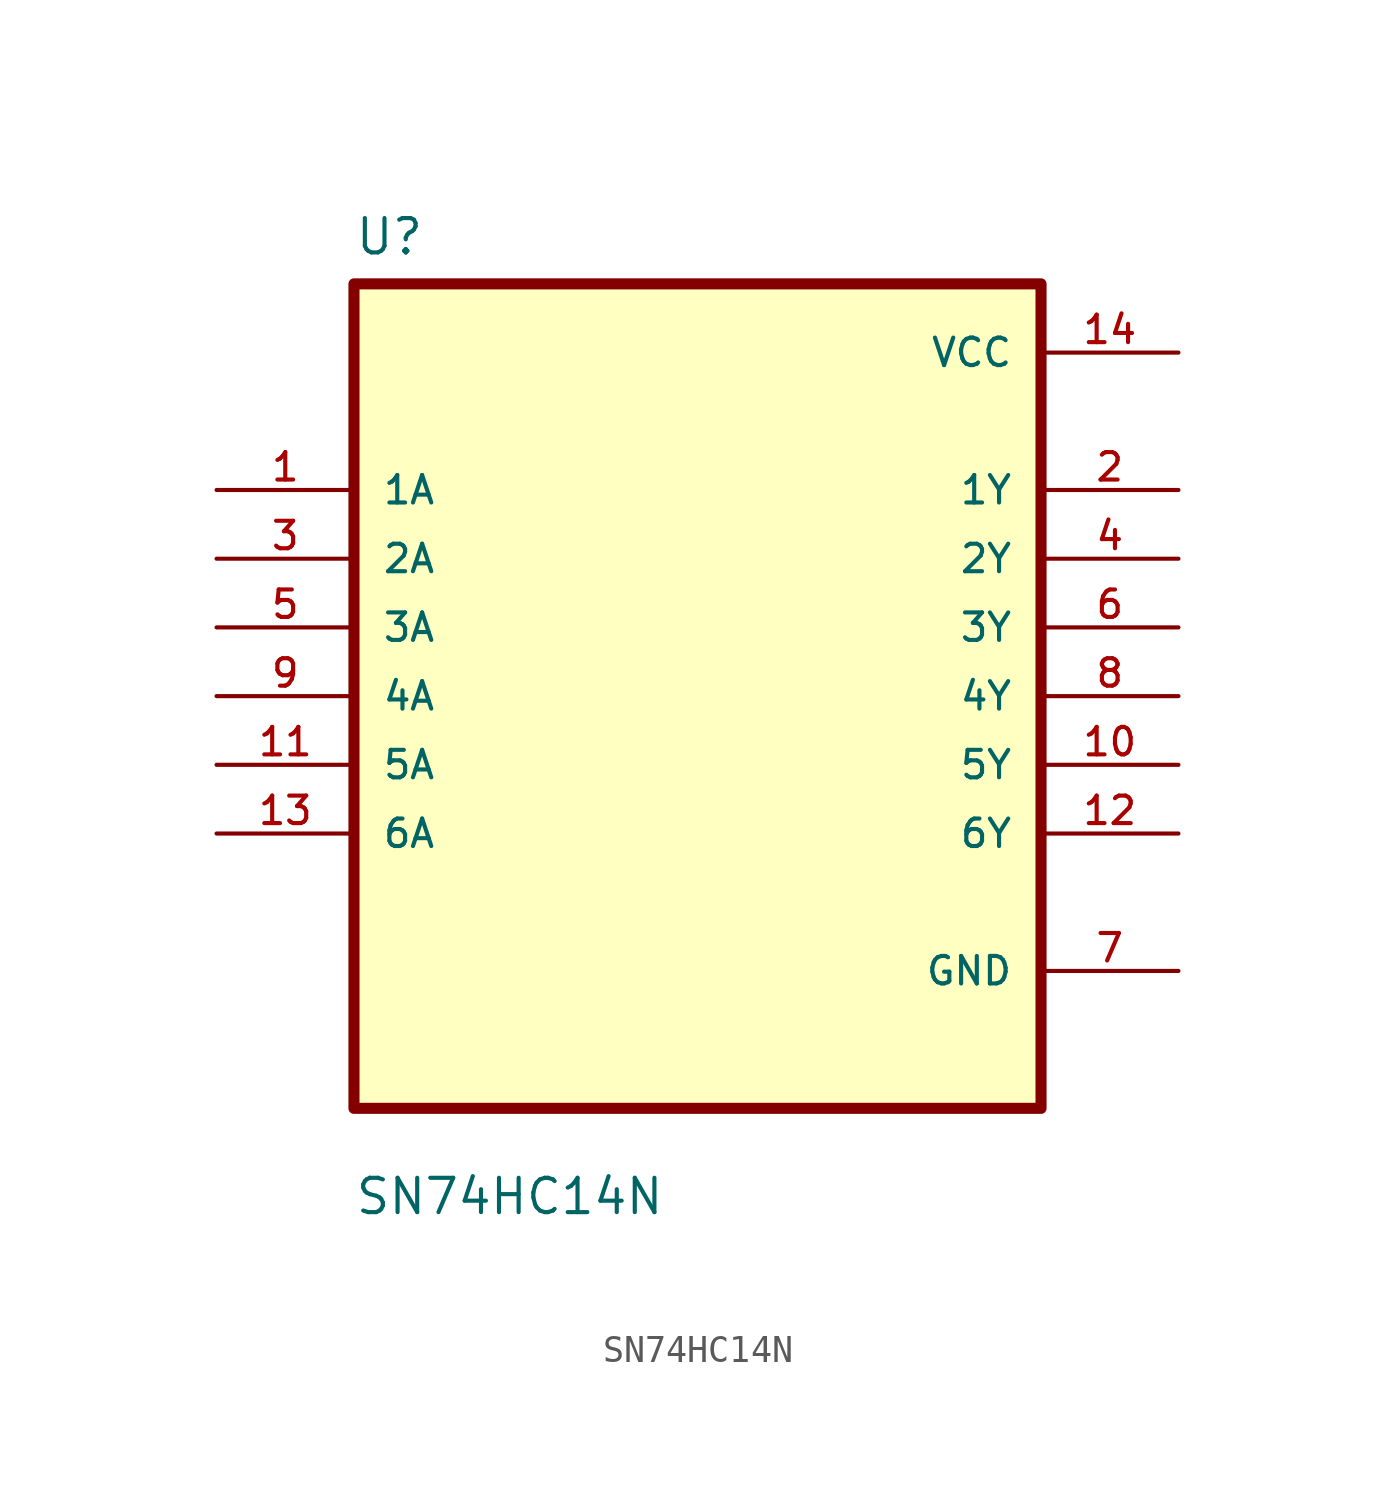
<source format=kicad_sym>
(kicad_symbol_lib
  (version 20211014)
  (generator kicad_symbol_editor)
  (symbol "SN74HC14N"
    (pin_names
      (offset 1.016))
    (property "Reference" "U"
      (at -12.7 16.24 0.0)
      (effects (font (size 1.27 1.27)) (justify bottom left)))
    (property "Value" "SN74HC14N"
      (at -12.7 -19.24 0.0)
      (effects (font (size 1.27 1.27)) (justify bottom left)))
    (symbol "SN74HC14N_0_0"
      (rectangle (start -12.7 -15.24) (end 12.7 15.24) (stroke (width 0.41)) (fill (type background)))
      (pin input line (at -17.78 7.62 0) (length 5.08) (name "1A" (effects (font (size 1.016 1.016)))) (number "1" (effects (font (size 1.016 1.016)))))
      (pin input line (at -17.78 5.08 0) (length 5.08) (name "2A" (effects (font (size 1.016 1.016)))) (number "3" (effects (font (size 1.016 1.016)))))
      (pin input line (at -17.78 2.54 0) (length 5.08) (name "3A" (effects (font (size 1.016 1.016)))) (number "5" (effects (font (size 1.016 1.016)))))
      (pin input line (at -17.78 0.0 0) (length 5.08) (name "4A" (effects (font (size 1.016 1.016)))) (number "9" (effects (font (size 1.016 1.016)))))
      (pin input line (at -17.78 -2.54 0) (length 5.08) (name "5A" (effects (font (size 1.016 1.016)))) (number "11" (effects (font (size 1.016 1.016)))))
      (pin input line (at -17.78 -5.08 0) (length 5.08) (name "6A" (effects (font (size 1.016 1.016)))) (number "13" (effects (font (size 1.016 1.016)))))
      (pin power_in line (at 17.78 12.7 180.0) (length 5.08) (name "VCC" (effects (font (size 1.016 1.016)))) (number "14" (effects (font (size 1.016 1.016)))))
      (pin output line (at 17.78 7.62 180.0) (length 5.08) (name "1Y" (effects (font (size 1.016 1.016)))) (number "2" (effects (font (size 1.016 1.016)))))
      (pin output line (at 17.78 5.08 180.0) (length 5.08) (name "2Y" (effects (font (size 1.016 1.016)))) (number "4" (effects (font (size 1.016 1.016)))))
      (pin output line (at 17.78 2.54 180.0) (length 5.08) (name "3Y" (effects (font (size 1.016 1.016)))) (number "6" (effects (font (size 1.016 1.016)))))
      (pin output line (at 17.78 -8.88178e-16 180.0) (length 5.08) (name "4Y" (effects (font (size 1.016 1.016)))) (number "8" (effects (font (size 1.016 1.016)))))
      (pin output line (at 17.78 -2.54 180.0) (length 5.08) (name "5Y" (effects (font (size 1.016 1.016)))) (number "10" (effects (font (size 1.016 1.016)))))
      (pin output line (at 17.78 -5.08 180.0) (length 5.08) (name "6Y" (effects (font (size 1.016 1.016)))) (number "12" (effects (font (size 1.016 1.016)))))
      (pin power_in line (at 17.78 -10.16 180.0) (length 5.08) (name "GND" (effects (font (size 1.016 1.016)))) (number "7" (effects (font (size 1.016 1.016))))))))
</source>
